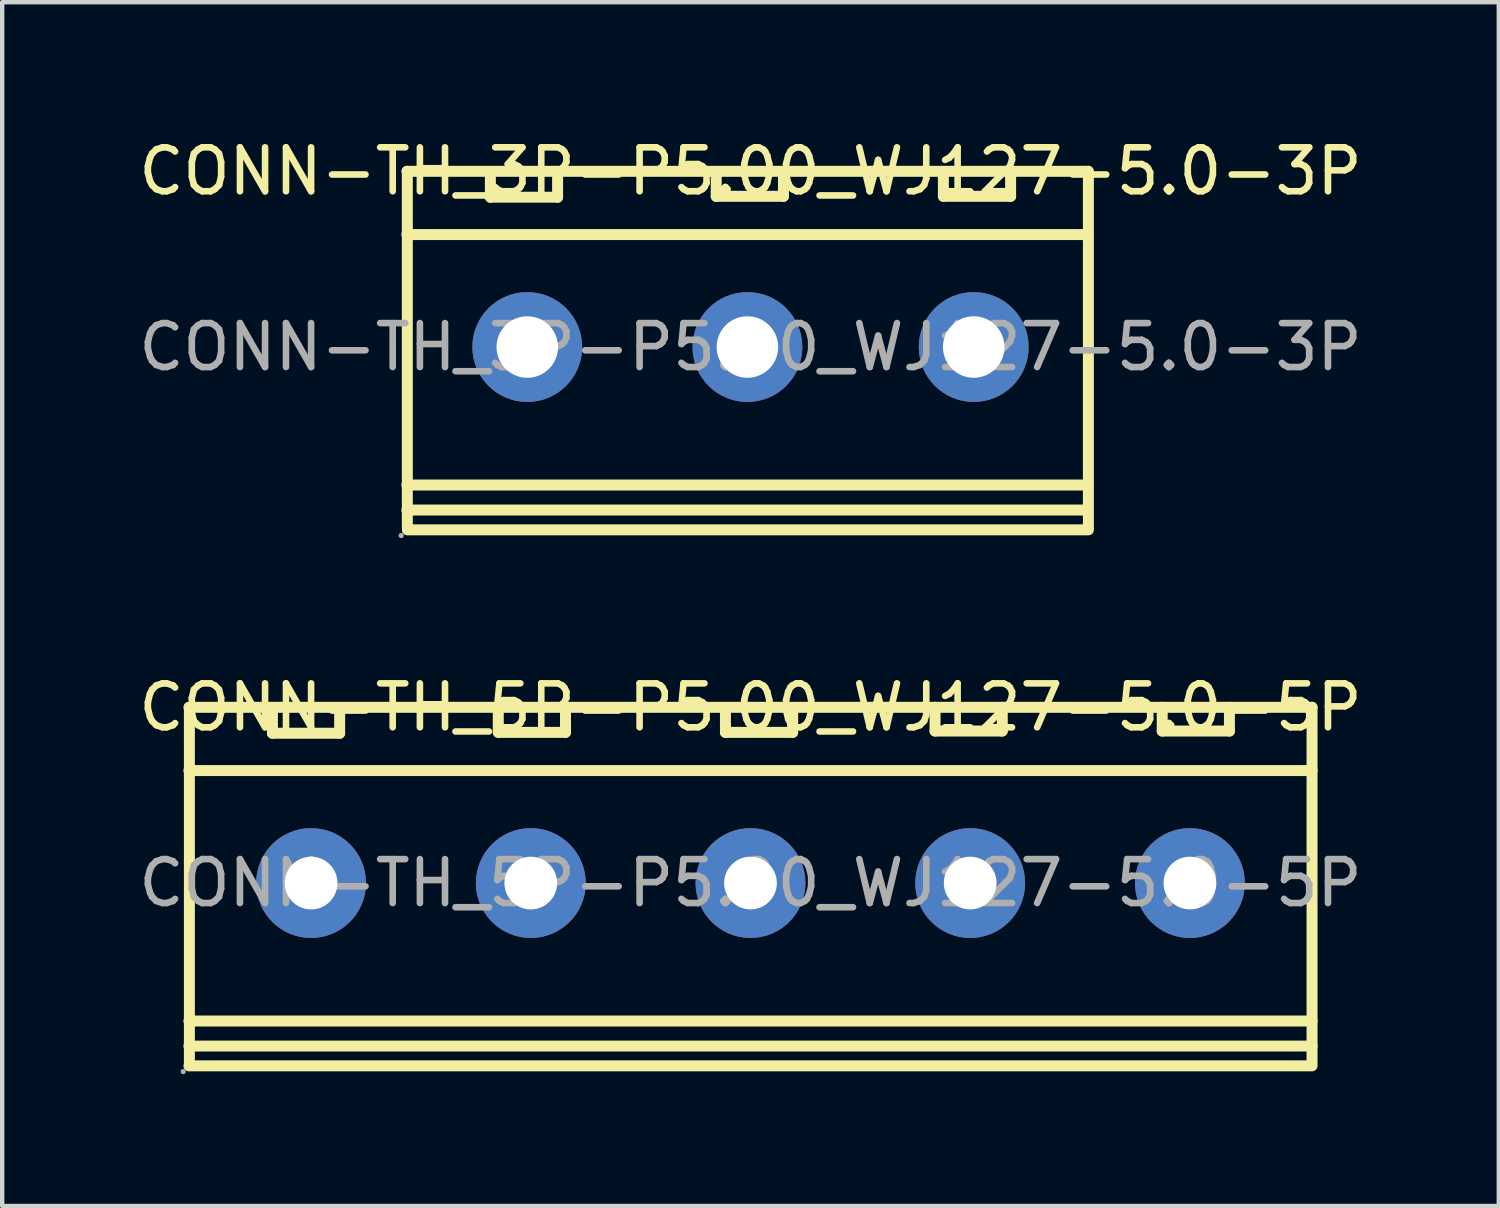
<source format=kicad_pcb>
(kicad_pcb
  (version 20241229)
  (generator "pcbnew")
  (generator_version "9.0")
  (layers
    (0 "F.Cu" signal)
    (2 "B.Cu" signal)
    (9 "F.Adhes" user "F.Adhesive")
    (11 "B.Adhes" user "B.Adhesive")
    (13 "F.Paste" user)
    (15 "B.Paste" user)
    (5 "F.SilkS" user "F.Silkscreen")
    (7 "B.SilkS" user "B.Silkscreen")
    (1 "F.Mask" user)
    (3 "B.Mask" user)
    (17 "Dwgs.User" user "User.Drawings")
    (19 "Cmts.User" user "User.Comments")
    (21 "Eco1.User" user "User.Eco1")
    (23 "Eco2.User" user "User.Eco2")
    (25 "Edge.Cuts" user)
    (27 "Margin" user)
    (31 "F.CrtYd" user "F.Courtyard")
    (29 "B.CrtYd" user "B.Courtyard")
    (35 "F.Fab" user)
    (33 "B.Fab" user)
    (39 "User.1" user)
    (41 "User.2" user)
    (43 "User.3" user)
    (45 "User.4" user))
  (footprint "CONN-TH_3P-P5.00_WJ127-5.0-3P"
    (layer "F.Cu")
    (at 14.03 4.848)
    (property "Reference" "CONN-TH_3P-P5.00_WJ127-5.0-3P" (at 0 -4 0) (layer "F.SilkS") (effects (font (size 1 1) (thickness 0.15))))
    (attr through_hole)
    (fp_line (start -7.82 -4) (end 7.68 -4) (stroke (width 0.25) (type solid)) (layer "F.SilkS"))
    (fp_line (start -7.82 -2.56) (end 7.68 -2.56) (stroke (width 0.25) (type solid)) (layer "F.SilkS"))
    (fp_line (start -7.82 3.14) (end 7.68 3.14) (stroke (width 0.25) (type solid)) (layer "F.SilkS"))
    (fp_line (start -7.82 3.71) (end 7.68 3.71) (stroke (width 0.25) (type solid)) (layer "F.SilkS"))
    (fp_line (start -7.81 -4) (end -7.81 4.1) (stroke (width 0.25) (type solid)) (layer "F.SilkS"))
    (fp_line (start -7.81 4.16) (end 7.69 4.16) (stroke (width 0.25) (type solid)) (layer "F.SilkS"))
    (fp_line (start -5.92 -3.95) (end -5.92 -3.41) (stroke (width 0.25) (type solid)) (layer "F.SilkS"))
    (fp_line (start -5.92 -3.41) (end -4.39 -3.41) (stroke (width 0.25) (type solid)) (layer "F.SilkS"))
    (fp_line (start -4.39 -3.41) (end -4.39 -3.95) (stroke (width 0.25) (type solid)) (layer "F.SilkS"))
    (fp_line (start -0.78 -3.97) (end -0.78 -3.43) (stroke (width 0.25) (type solid)) (layer "F.SilkS"))
    (fp_line (start -0.78 -3.43) (end 0.75 -3.43) (stroke (width 0.25) (type solid)) (layer "F.SilkS"))
    (fp_line (start 0.75 -3.43) (end 0.75 -3.97) (stroke (width 0.25) (type solid)) (layer "F.SilkS"))
    (fp_line (start 4.39 -3.97) (end 4.39 -3.43) (stroke (width 0.25) (type solid)) (layer "F.SilkS"))
    (fp_line (start 4.39 -3.43) (end 5.92 -3.43) (stroke (width 0.25) (type solid)) (layer "F.SilkS"))
    (fp_line (start 5.92 -3.43) (end 5.92 -3.97) (stroke (width 0.25) (type solid)) (layer "F.SilkS"))
    (fp_line (start 7.69 -4) (end 7.69 4.1) (stroke (width 0.25) (type solid)) (layer "F.SilkS"))
    (fp_circle (center -7.95 4.29) (end -7.92 4.29) (stroke (width 0.06) (type solid)) (fill no) (layer "F.Fab"))
    (fp_circle (center -5.08 0) (end -4.78 0) (stroke (width 0.6) (type solid)) (fill no) (layer "F.Fab"))
    (fp_circle (center -0.07 0) (end 0.23 0) (stroke (width 0.6) (type solid)) (fill no) (layer "F.Fab"))
    (fp_circle (center 5.08 0) (end 5.38 0) (stroke (width 0.6) (type solid)) (fill no) (layer "F.Fab"))
    (fp_text user "${REFERENCE}" (at 0 0 0) (layer "F.Fab") (effects (font (size 1 1) (thickness 0.15))))
    (pad "1" thru_hole circle (at -5.08 0) (size 2.5 2.5) (drill 1.4) (layers "*.Cu" "*.Mask"))
    (pad "2" thru_hole circle (at -0.07 0) (size 2.5 2.5) (drill 1.4) (layers "*.Cu" "*.Mask"))
    (pad "3" thru_hole circle (at 5.08 0) (size 2.5 2.5) (drill 1.4) (layers "*.Cu" "*.Mask")))
  (footprint "CONN-TH_5P-P5.00_WJ127-5.0-5P"
    (layer "F.Cu")
    (at 14.03 17.047)
    (property "Reference" "CONN-TH_5P-P5.00_WJ127-5.0-5P" (at 0 -4 0) (layer "F.SilkS") (effects (font (size 1 1) (thickness 0.15))))
    (attr through_hole)
    (fp_line (start -12.78 -4) (end 12.78 -4) (stroke (width 0.25) (type solid)) (layer "F.SilkS"))
    (fp_line (start -12.78 -2.56) (end 12.78 -2.56) (stroke (width 0.25) (type solid)) (layer "F.SilkS"))
    (fp_line (start -12.78 3.14) (end 12.78 3.14) (stroke (width 0.25) (type solid)) (layer "F.SilkS"))
    (fp_line (start -12.78 3.71) (end 12.78 3.71) (stroke (width 0.25) (type solid)) (layer "F.SilkS"))
    (fp_line (start -12.78 4.16) (end 12.78 4.16) (stroke (width 0.25) (type solid)) (layer "F.SilkS"))
    (fp_line (start -12.77 -4) (end -12.77 4.1) (stroke (width 0.25) (type solid)) (layer "F.SilkS"))
    (fp_line (start -10.88 -3.95) (end -10.88 -3.41) (stroke (width 0.25) (type solid)) (layer "F.SilkS"))
    (fp_line (start -10.88 -3.41) (end -9.35 -3.41) (stroke (width 0.25) (type solid)) (layer "F.SilkS"))
    (fp_line (start -9.35 -3.41) (end -9.35 -3.95) (stroke (width 0.25) (type solid)) (layer "F.SilkS"))
    (fp_line (start -5.74 -3.97) (end -5.74 -3.43) (stroke (width 0.25) (type solid)) (layer "F.SilkS"))
    (fp_line (start -5.74 -3.43) (end -4.21 -3.43) (stroke (width 0.25) (type solid)) (layer "F.SilkS"))
    (fp_line (start -4.21 -3.43) (end -4.21 -3.97) (stroke (width 0.25) (type solid)) (layer "F.SilkS"))
    (fp_line (start -0.57 -3.97) (end -0.57 -3.43) (stroke (width 0.25) (type solid)) (layer "F.SilkS"))
    (fp_line (start -0.57 -3.43) (end 0.96 -3.43) (stroke (width 0.25) (type solid)) (layer "F.SilkS"))
    (fp_line (start 0.96 -3.43) (end 0.96 -3.97) (stroke (width 0.25) (type solid)) (layer "F.SilkS"))
    (fp_line (start 4.2 -4) (end 4.2 -3.46) (stroke (width 0.25) (type solid)) (layer "F.SilkS"))
    (fp_line (start 4.2 -3.46) (end 5.73 -3.46) (stroke (width 0.25) (type solid)) (layer "F.SilkS"))
    (fp_line (start 5.73 -3.46) (end 5.73 -4) (stroke (width 0.25) (type solid)) (layer "F.SilkS"))
    (fp_line (start 9.37 -4) (end 9.37 -3.46) (stroke (width 0.25) (type solid)) (layer "F.SilkS"))
    (fp_line (start 9.37 -3.46) (end 10.9 -3.46) (stroke (width 0.25) (type solid)) (layer "F.SilkS"))
    (fp_line (start 10.9 -3.46) (end 10.9 -4) (stroke (width 0.25) (type solid)) (layer "F.SilkS"))
    (fp_line (start 12.78 -4) (end 12.78 4.1) (stroke (width 0.25) (type solid)) (layer "F.SilkS"))
    (fp_circle (center -12.91 4.29) (end -12.88 4.29) (stroke (width 0.06) (type solid)) (fill no) (layer "F.Fab"))
    (fp_circle (center -10 0) (end -9.75 0) (stroke (width 0.5) (type solid)) (fill no) (layer "F.Fab"))
    (fp_circle (center -5 0) (end -4.75 0) (stroke (width 0.5) (type solid)) (fill no) (layer "F.Fab"))
    (fp_circle (center 0 0) (end 0.25 0) (stroke (width 0.5) (type solid)) (fill no) (layer "F.Fab"))
    (fp_circle (center 5 0) (end 5.25 0) (stroke (width 0.5) (type solid)) (fill no) (layer "F.Fab"))
    (fp_circle (center 10 0) (end 10.25 0) (stroke (width 0.5) (type solid)) (fill no) (layer "F.Fab"))
    (fp_text user "${REFERENCE}" (at 0 0 0) (layer "F.Fab") (effects (font (size 1 1) (thickness 0.15))))
    (pad "1" thru_hole circle (at -10 0) (size 2.5 2.5) (drill 1.2) (layers "*.Cu" "*.Mask"))
    (pad "2" thru_hole circle (at -5 0) (size 2.5 2.5) (drill 1.2) (layers "*.Cu" "*.Mask"))
    (pad "3" thru_hole circle (at 0 0) (size 2.5 2.5) (drill 1.2) (layers "*.Cu" "*.Mask"))
    (pad "4" thru_hole circle (at 5 0) (size 2.5 2.5) (drill 1.2) (layers "*.Cu" "*.Mask"))
    (pad "5" thru_hole circle (at 10 0) (size 2.5 2.5) (drill 1.2) (layers "*.Cu" "*.Mask")))
  (gr_rect
    (start -3 -3)
    (end 31.06 24.396)
    (stroke (width 0.1) (type default))
    (fill no)
    (layer "Edge.Cuts")))
</source>
